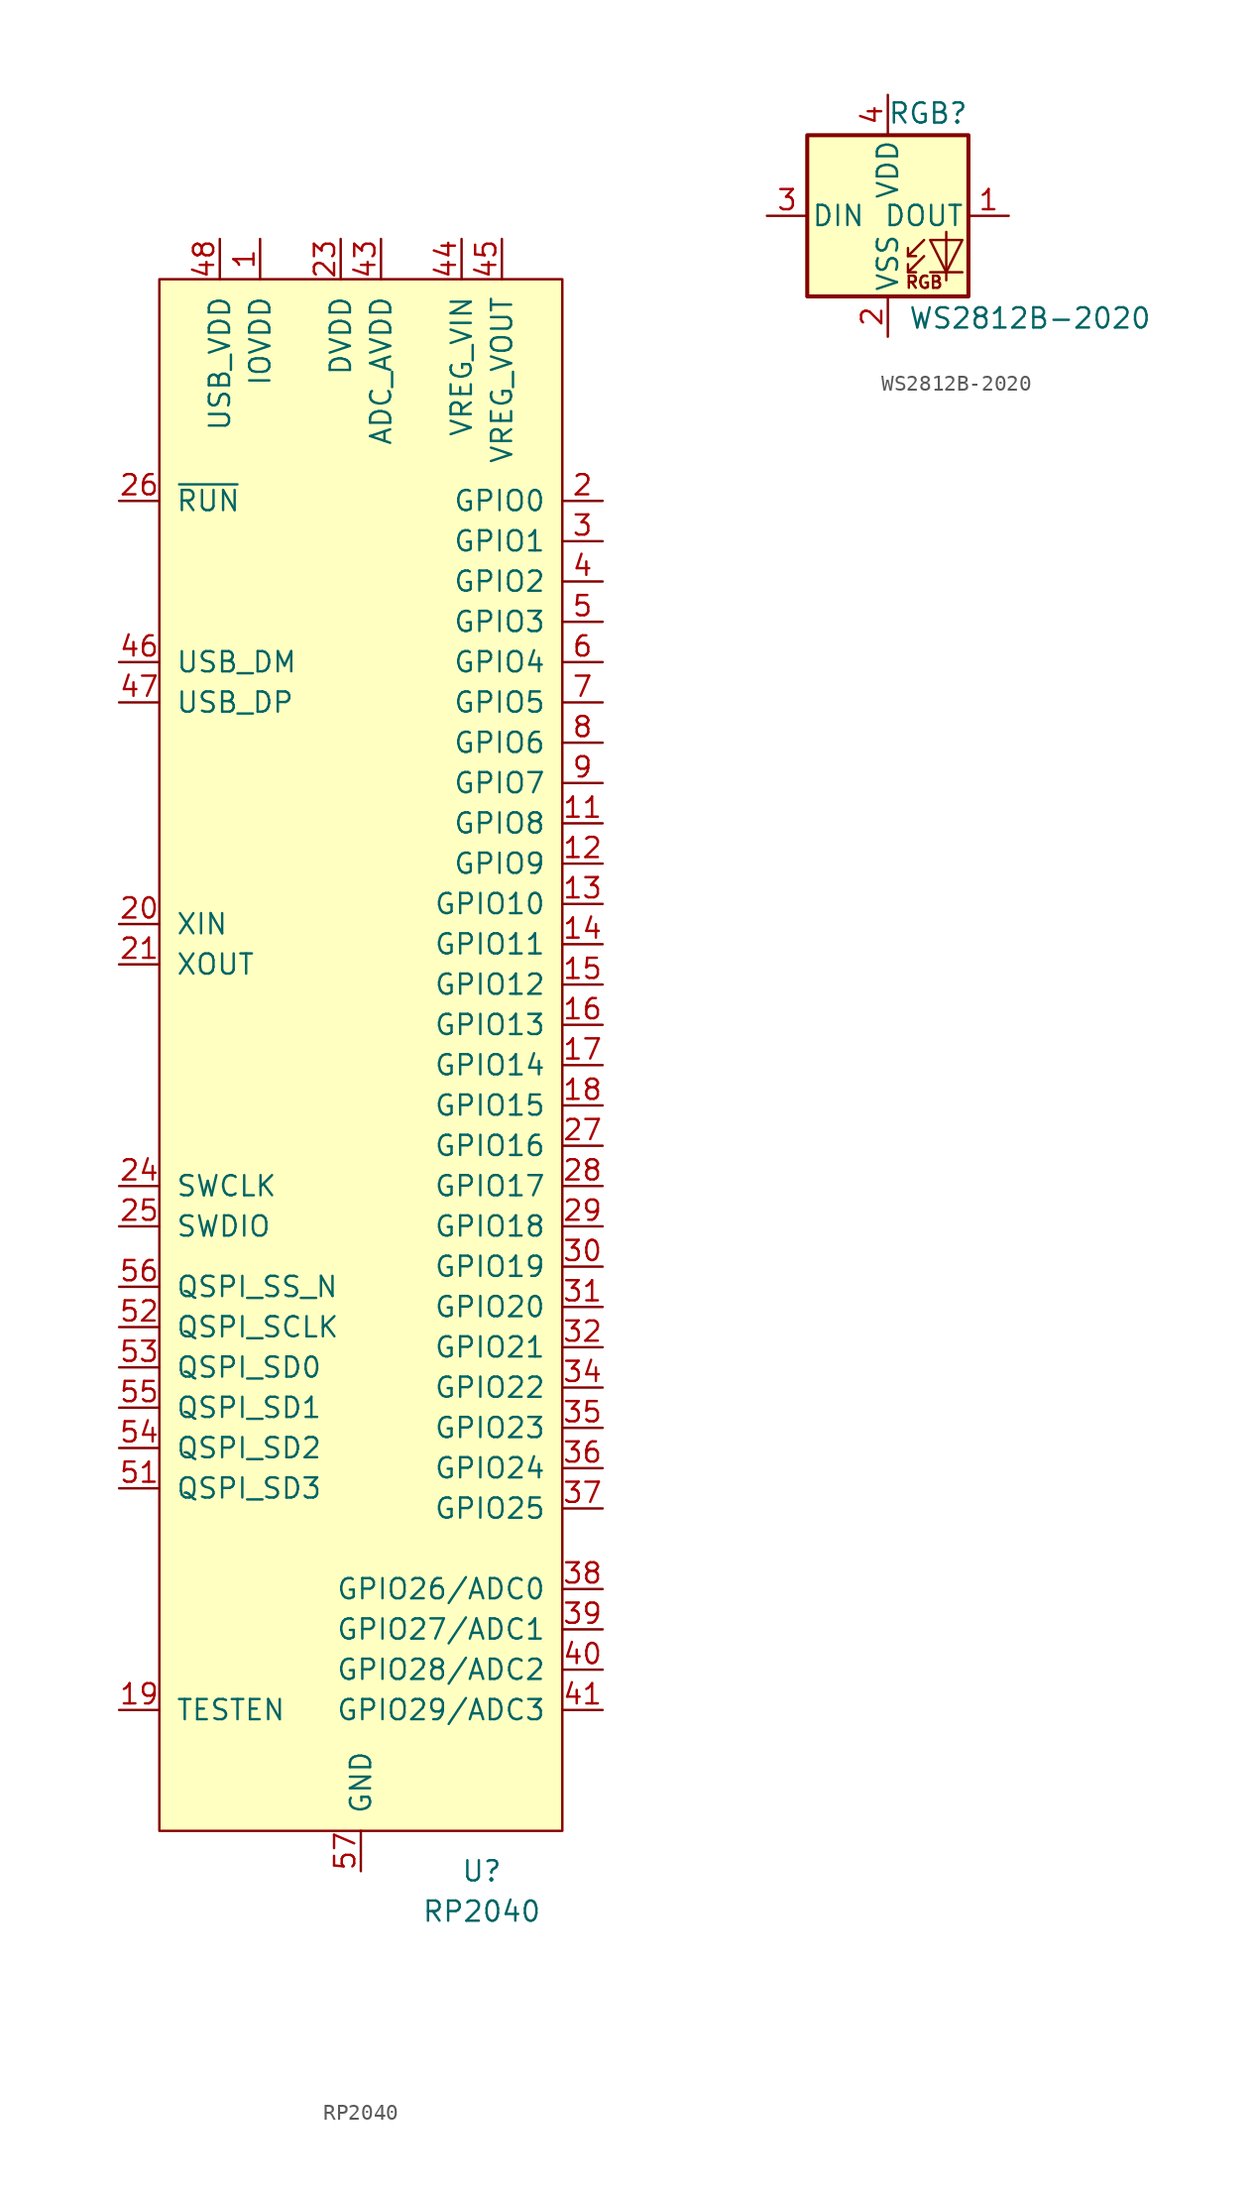
<source format=kicad_sym>
(kicad_symbol_lib
  (version 20211014)
  (generator kicad_symbol_editor)
  (symbol "RP2040"
    (pin_names
      (offset 1.016))
    (property "Reference" "U"
      (at 7.62 -52.07 0)
      (effects (font (size 1.27 1.27))))
    (property "Value" "RP2040"
      (at 7.62 -54.61 0)
      (effects (font (size 1.27 1.27))))
    (symbol "RP2040_0_1"
      (rectangle (start -12.7 48.26) (end 12.7 -49.53) (stroke (width 0) (type default) (color 0 0 0 0)) (fill (type background))))
    (symbol "RP2040_1_1"
      (pin power_in line (at -6.35 50.8 270) (length 2.54) (name "IOVDD" (effects (font (size 1.27 1.27)))) (number "1" (effects (font (size 1.27 1.27)))))
      (pin passive line (at -6.35 50.8 270) (length 2.54) hide (name "IOVDD" (effects (font (size 1.27 1.27)))) (number "10" (effects (font (size 1.27 1.27)))))
      (pin bidirectional line (at 15.24 13.97 180) (length 2.54) (name "GPIO8" (effects (font (size 1.27 1.27)))) (number "11" (effects (font (size 1.27 1.27)))))
      (pin bidirectional line (at 15.24 11.43 180) (length 2.54) (name "GPIO9" (effects (font (size 1.27 1.27)))) (number "12" (effects (font (size 1.27 1.27)))))
      (pin bidirectional line (at 15.24 8.89 180) (length 2.54) (name "GPIO10" (effects (font (size 1.27 1.27)))) (number "13" (effects (font (size 1.27 1.27)))))
      (pin bidirectional line (at 15.24 6.35 180) (length 2.54) (name "GPIO11" (effects (font (size 1.27 1.27)))) (number "14" (effects (font (size 1.27 1.27)))))
      (pin bidirectional line (at 15.24 3.81 180) (length 2.54) (name "GPIO12" (effects (font (size 1.27 1.27)))) (number "15" (effects (font (size 1.27 1.27)))))
      (pin bidirectional line (at 15.24 1.27 180) (length 2.54) (name "GPIO13" (effects (font (size 1.27 1.27)))) (number "16" (effects (font (size 1.27 1.27)))))
      (pin bidirectional line (at 15.24 -1.27 180) (length 2.54) (name "GPIO14" (effects (font (size 1.27 1.27)))) (number "17" (effects (font (size 1.27 1.27)))))
      (pin bidirectional line (at 15.24 -3.81 180) (length 2.54) (name "GPIO15" (effects (font (size 1.27 1.27)))) (number "18" (effects (font (size 1.27 1.27)))))
      (pin power_in line (at -15.24 -41.91 0) (length 2.54) (name "TESTEN" (effects (font (size 1.27 1.27)))) (number "19" (effects (font (size 1.27 1.27)))))
      (pin bidirectional line (at 15.24 34.29 180) (length 2.54) (name "GPIO0" (effects (font (size 1.27 1.27)))) (number "2" (effects (font (size 1.27 1.27)))))
      (pin input line (at -15.24 7.62 0) (length 2.54) (name "XIN" (effects (font (size 1.27 1.27)))) (number "20" (effects (font (size 1.27 1.27)))))
      (pin output line (at -15.24 5.08 0) (length 2.54) (name "XOUT" (effects (font (size 1.27 1.27)))) (number "21" (effects (font (size 1.27 1.27)))))
      (pin passive line (at -6.35 50.8 270) (length 2.54) hide (name "IOVDD" (effects (font (size 1.27 1.27)))) (number "22" (effects (font (size 1.27 1.27)))))
      (pin power_in line (at -1.27 50.8 270) (length 2.54) (name "DVDD" (effects (font (size 1.27 1.27)))) (number "23" (effects (font (size 1.27 1.27)))))
      (pin bidirectional line (at -15.24 -8.89 0) (length 2.54) (name "SWCLK" (effects (font (size 1.27 1.27)))) (number "24" (effects (font (size 1.27 1.27)))))
      (pin bidirectional line (at -15.24 -11.43 0) (length 2.54) (name "SWDIO" (effects (font (size 1.27 1.27)))) (number "25" (effects (font (size 1.27 1.27)))))
      (pin input line (at -15.24 34.29 0) (length 2.54) (name "~{RUN}" (effects (font (size 1.27 1.27)))) (number "26" (effects (font (size 1.27 1.27)))))
      (pin bidirectional line (at 15.24 -6.35 180) (length 2.54) (name "GPIO16" (effects (font (size 1.27 1.27)))) (number "27" (effects (font (size 1.27 1.27)))))
      (pin bidirectional line (at 15.24 -8.89 180) (length 2.54) (name "GPIO17" (effects (font (size 1.27 1.27)))) (number "28" (effects (font (size 1.27 1.27)))))
      (pin bidirectional line (at 15.24 -11.43 180) (length 2.54) (name "GPIO18" (effects (font (size 1.27 1.27)))) (number "29" (effects (font (size 1.27 1.27)))))
      (pin bidirectional line (at 15.24 31.75 180) (length 2.54) (name "GPIO1" (effects (font (size 1.27 1.27)))) (number "3" (effects (font (size 1.27 1.27)))))
      (pin bidirectional line (at 15.24 -13.97 180) (length 2.54) (name "GPIO19" (effects (font (size 1.27 1.27)))) (number "30" (effects (font (size 1.27 1.27)))))
      (pin bidirectional line (at 15.24 -16.51 180) (length 2.54) (name "GPIO20" (effects (font (size 1.27 1.27)))) (number "31" (effects (font (size 1.27 1.27)))))
      (pin bidirectional line (at 15.24 -19.05 180) (length 2.54) (name "GPIO21" (effects (font (size 1.27 1.27)))) (number "32" (effects (font (size 1.27 1.27)))))
      (pin passive line (at -6.35 50.8 270) (length 2.54) hide (name "IOVDD" (effects (font (size 1.27 1.27)))) (number "33" (effects (font (size 1.27 1.27)))))
      (pin bidirectional line (at 15.24 -21.59 180) (length 2.54) (name "GPIO22" (effects (font (size 1.27 1.27)))) (number "34" (effects (font (size 1.27 1.27)))))
      (pin bidirectional line (at 15.24 -24.13 180) (length 2.54) (name "GPIO23" (effects (font (size 1.27 1.27)))) (number "35" (effects (font (size 1.27 1.27)))))
      (pin bidirectional line (at 15.24 -26.67 180) (length 2.54) (name "GPIO24" (effects (font (size 1.27 1.27)))) (number "36" (effects (font (size 1.27 1.27)))))
      (pin bidirectional line (at 15.24 -29.21 180) (length 2.54) (name "GPIO25" (effects (font (size 1.27 1.27)))) (number "37" (effects (font (size 1.27 1.27)))))
      (pin bidirectional line (at 15.24 -34.29 180) (length 2.54) (name "GPIO26/ADC0" (effects (font (size 1.27 1.27)))) (number "38" (effects (font (size 1.27 1.27)))))
      (pin bidirectional line (at 15.24 -36.83 180) (length 2.54) (name "GPIO27/ADC1" (effects (font (size 1.27 1.27)))) (number "39" (effects (font (size 1.27 1.27)))))
      (pin bidirectional line (at 15.24 29.21 180) (length 2.54) (name "GPIO2" (effects (font (size 1.27 1.27)))) (number "4" (effects (font (size 1.27 1.27)))))
      (pin bidirectional line (at 15.24 -39.37 180) (length 2.54) (name "GPIO28/ADC2" (effects (font (size 1.27 1.27)))) (number "40" (effects (font (size 1.27 1.27)))))
      (pin bidirectional line (at 15.24 -41.91 180) (length 2.54) (name "GPIO29/ADC3" (effects (font (size 1.27 1.27)))) (number "41" (effects (font (size 1.27 1.27)))))
      (pin passive line (at -6.35 50.8 270) (length 2.54) hide (name "IOVDD" (effects (font (size 1.27 1.27)))) (number "42" (effects (font (size 1.27 1.27)))))
      (pin power_in line (at 1.27 50.8 270) (length 2.54) (name "ADC_AVDD" (effects (font (size 1.27 1.27)))) (number "43" (effects (font (size 1.27 1.27)))))
      (pin power_in line (at 6.35 50.8 270) (length 2.54) (name "VREG_VIN" (effects (font (size 1.27 1.27)))) (number "44" (effects (font (size 1.27 1.27)))))
      (pin power_out line (at 8.89 50.8 270) (length 2.54) (name "VREG_VOUT" (effects (font (size 1.27 1.27)))) (number "45" (effects (font (size 1.27 1.27)))))
      (pin bidirectional line (at -15.24 24.13 0) (length 2.54) (name "USB_DM" (effects (font (size 1.27 1.27)))) (number "46" (effects (font (size 1.27 1.27)))))
      (pin bidirectional line (at -15.24 21.59 0) (length 2.54) (name "USB_DP" (effects (font (size 1.27 1.27)))) (number "47" (effects (font (size 1.27 1.27)))))
      (pin power_in line (at -8.89 50.8 270) (length 2.54) (name "USB_VDD" (effects (font (size 1.27 1.27)))) (number "48" (effects (font (size 1.27 1.27)))))
      (pin passive line (at -6.35 50.8 270) (length 2.54) hide (name "IOVDD" (effects (font (size 1.27 1.27)))) (number "49" (effects (font (size 1.27 1.27)))))
      (pin bidirectional line (at 15.24 26.67 180) (length 2.54) (name "GPIO3" (effects (font (size 1.27 1.27)))) (number "5" (effects (font (size 1.27 1.27)))))
      (pin passive line (at -1.27 50.8 270) (length 2.54) hide (name "DVDD" (effects (font (size 1.27 1.27)))) (number "50" (effects (font (size 1.27 1.27)))))
      (pin bidirectional line (at -15.24 -27.94 0) (length 2.54) (name "QSPI_SD3" (effects (font (size 1.27 1.27)))) (number "51" (effects (font (size 1.27 1.27)))))
      (pin bidirectional line (at -15.24 -17.78 0) (length 2.54) (name "QSPI_SCLK" (effects (font (size 1.27 1.27)))) (number "52" (effects (font (size 1.27 1.27)))))
      (pin bidirectional line (at -15.24 -20.32 0) (length 2.54) (name "QSPI_SD0" (effects (font (size 1.27 1.27)))) (number "53" (effects (font (size 1.27 1.27)))))
      (pin bidirectional line (at -15.24 -25.4 0) (length 2.54) (name "QSPI_SD2" (effects (font (size 1.27 1.27)))) (number "54" (effects (font (size 1.27 1.27)))))
      (pin bidirectional line (at -15.24 -22.86 0) (length 2.54) (name "QSPI_SD1" (effects (font (size 1.27 1.27)))) (number "55" (effects (font (size 1.27 1.27)))))
      (pin bidirectional line (at -15.24 -15.24 0) (length 2.54) (name "QSPI_SS_N" (effects (font (size 1.27 1.27)))) (number "56" (effects (font (size 1.27 1.27)))))
      (pin power_in line (at 0 -52.07 90) (length 2.54) (name "GND" (effects (font (size 1.27 1.27)))) (number "57" (effects (font (size 1.27 1.27)))))
      (pin bidirectional line (at 15.24 24.13 180) (length 2.54) (name "GPIO4" (effects (font (size 1.27 1.27)))) (number "6" (effects (font (size 1.27 1.27)))))
      (pin bidirectional line (at 15.24 21.59 180) (length 2.54) (name "GPIO5" (effects (font (size 1.27 1.27)))) (number "7" (effects (font (size 1.27 1.27)))))
      (pin bidirectional line (at 15.24 19.05 180) (length 2.54) (name "GPIO6" (effects (font (size 1.27 1.27)))) (number "8" (effects (font (size 1.27 1.27)))))
      (pin bidirectional line (at 15.24 16.51 180) (length 2.54) (name "GPIO7" (effects (font (size 1.27 1.27)))) (number "9" (effects (font (size 1.27 1.27)))))))
  (symbol "WS2812B-2020"
    (pin_names
      (offset 0.254))
    (property "Reference" "RGB"
      (at 5.08 5.715 0)
      (effects (font (size 1.27 1.27)) (justify right bottom)))
    (property "Value" "WS2812B-2020"
      (at 1.27 -5.715 0)
      (effects (font (size 1.27 1.27)) (justify left top)))
    (symbol "WS2812B-2020_0_0"
      (text "RGB" (at 2.286 -4.191 0) (effects (font (size 0.762 0.762)))))
    (symbol "WS2812B-2020_0_1"
      (polyline (pts (xy 1.27 -3.556) (xy 1.778 -3.556)) (stroke (width 0) (type default) (color 0 0 0 0)) (fill (type none)))
      (polyline (pts (xy 1.27 -2.54) (xy 1.778 -2.54)) (stroke (width 0) (type default) (color 0 0 0 0)) (fill (type none)))
      (polyline (pts (xy 4.699 -3.556) (xy 2.667 -3.556)) (stroke (width 0) (type default) (color 0 0 0 0)) (fill (type none)))
      (polyline (pts (xy 2.286 -2.54) (xy 1.27 -3.556) (xy 1.27 -3.048)) (stroke (width 0) (type default) (color 0 0 0 0)) (fill (type none)))
      (polyline (pts (xy 2.286 -1.524) (xy 1.27 -2.54) (xy 1.27 -2.032)) (stroke (width 0) (type default) (color 0 0 0 0)) (fill (type none)))
      (polyline (pts (xy 3.683 -1.016) (xy 3.683 -3.556) (xy 3.683 -4.064)) (stroke (width 0) (type default) (color 0 0 0 0)) (fill (type none)))
      (polyline (pts (xy 4.699 -1.524) (xy 2.667 -1.524) (xy 3.683 -3.556) (xy 4.699 -1.524)) (stroke (width 0) (type default) (color 0 0 0 0)) (fill (type none)))
      (rectangle (start 5.08 5.08) (end -5.08 -5.08) (stroke (width 0.254) (type default) (color 0 0 0 0)) (fill (type background))))
    (symbol "WS2812B-2020_1_1"
      (pin output line (at 7.62 0 180) (length 2.54) (name "DOUT" (effects (font (size 1.27 1.27)))) (number "1" (effects (font (size 1.27 1.27)))))
      (pin power_in line (at 0 -7.62 90) (length 2.54) (name "VSS" (effects (font (size 1.27 1.27)))) (number "2" (effects (font (size 1.27 1.27)))))
      (pin input line (at -7.62 0 0) (length 2.54) (name "DIN" (effects (font (size 1.27 1.27)))) (number "3" (effects (font (size 1.27 1.27)))))
      (pin power_in line (at 0 7.62 270) (length 2.54) (name "VDD" (effects (font (size 1.27 1.27)))) (number "4" (effects (font (size 1.27 1.27))))))))
</source>
